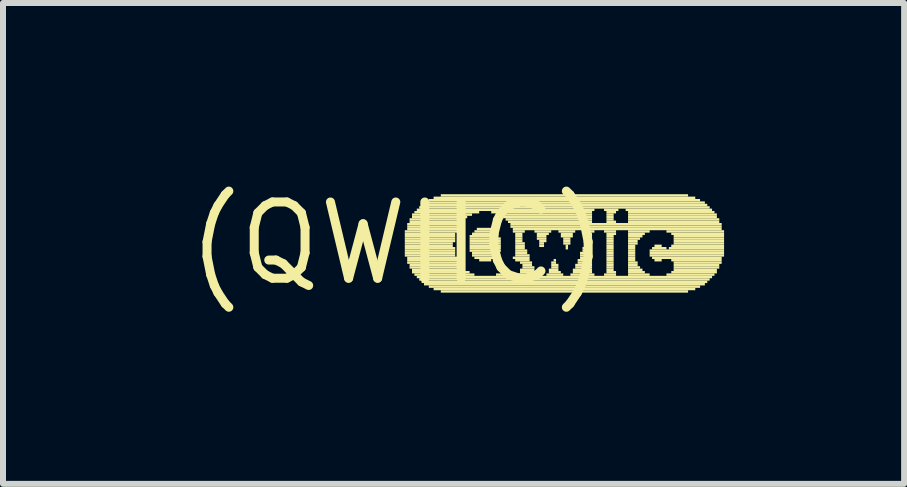
<source format=kicad_pcb>
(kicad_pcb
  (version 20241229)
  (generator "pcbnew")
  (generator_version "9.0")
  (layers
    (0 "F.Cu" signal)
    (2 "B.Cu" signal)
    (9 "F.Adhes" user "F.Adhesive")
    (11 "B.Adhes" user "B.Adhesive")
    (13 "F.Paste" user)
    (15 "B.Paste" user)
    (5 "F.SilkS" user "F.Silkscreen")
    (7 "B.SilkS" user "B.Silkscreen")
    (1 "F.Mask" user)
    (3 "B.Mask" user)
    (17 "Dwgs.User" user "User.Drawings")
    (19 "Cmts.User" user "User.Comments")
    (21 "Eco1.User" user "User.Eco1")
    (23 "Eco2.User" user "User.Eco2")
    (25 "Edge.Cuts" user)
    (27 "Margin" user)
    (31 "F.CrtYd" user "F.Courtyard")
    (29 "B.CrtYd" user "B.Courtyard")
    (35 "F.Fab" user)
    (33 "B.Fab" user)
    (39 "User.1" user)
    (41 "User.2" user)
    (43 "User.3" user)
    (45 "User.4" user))
  (footprint "(QWIIC)"
    (layer "F.Cu")
    (at 3.575 1.006)
    (property "Reference" "(QWIIC)" (at 0 0 0) (layer "F.SilkS") (effects (font (size 1.27 1.27) (thickness 0.15))))
    (attr through_hole)
    (fp_poly (pts (xy 0.12 -0.18) (xy 1 -0.18) (xy 1 -0.22) (xy 0.12 -0.22)) (stroke (width 0) (type solid)) (fill yes) (layer "F.SilkS"))
    (fp_poly (pts (xy 0.12 -0.14) (xy 0.96 -0.14) (xy 0.96 -0.18) (xy 0.12 -0.18)) (stroke (width 0) (type solid)) (fill yes) (layer "F.SilkS"))
    (fp_poly (pts (xy 0.12 -0.1) (xy 0.96 -0.1) (xy 0.96 -0.14) (xy 0.12 -0.14)) (stroke (width 0) (type solid)) (fill yes) (layer "F.SilkS"))
    (fp_poly (pts (xy 0.12 -0.06) (xy 0.96 -0.06) (xy 0.96 -0.1) (xy 0.12 -0.1)) (stroke (width 0) (type solid)) (fill yes) (layer "F.SilkS"))
    (fp_poly (pts (xy 0.12 -0.02) (xy 0.96 -0.02) (xy 0.96 -0.06) (xy 0.12 -0.06)) (stroke (width 0) (type solid)) (fill yes) (layer "F.SilkS"))
    (fp_poly (pts (xy 0.12 0.02) (xy 0.92 0.02) (xy 0.92 -0.02) (xy 0.12 -0.02)) (stroke (width 0) (type solid)) (fill yes) (layer "F.SilkS"))
    (fp_poly (pts (xy 0.12 0.06) (xy 0.92 0.06) (xy 0.92 0.02) (xy 0.12 0.02)) (stroke (width 0) (type solid)) (fill yes) (layer "F.SilkS"))
    (fp_poly (pts (xy 0.12 0.1) (xy 0.96 0.1) (xy 0.96 0.06) (xy 0.12 0.06)) (stroke (width 0) (type solid)) (fill yes) (layer "F.SilkS"))
    (fp_poly (pts (xy 0.12 0.14) (xy 0.96 0.14) (xy 0.96 0.1) (xy 0.12 0.1)) (stroke (width 0) (type solid)) (fill yes) (layer "F.SilkS"))
    (fp_poly (pts (xy 0.12 0.18) (xy 0.96 0.18) (xy 0.96 0.14) (xy 0.12 0.14)) (stroke (width 0) (type solid)) (fill yes) (layer "F.SilkS"))
    (fp_poly (pts (xy 0.12 0.22) (xy 0.96 0.22) (xy 0.96 0.18) (xy 0.12 0.18)) (stroke (width 0) (type solid)) (fill yes) (layer "F.SilkS"))
    (fp_poly (pts (xy 0.16 -0.3) (xy 1.04 -0.3) (xy 1.04 -0.34) (xy 0.16 -0.34)) (stroke (width 0) (type solid)) (fill yes) (layer "F.SilkS"))
    (fp_poly (pts (xy 0.16 -0.26) (xy 1.04 -0.26) (xy 1.04 -0.3) (xy 0.16 -0.3)) (stroke (width 0) (type solid)) (fill yes) (layer "F.SilkS"))
    (fp_poly (pts (xy 0.16 -0.22) (xy 1 -0.22) (xy 1 -0.26) (xy 0.16 -0.26)) (stroke (width 0) (type solid)) (fill yes) (layer "F.SilkS"))
    (fp_poly (pts (xy 0.16 0.26) (xy 1 0.26) (xy 1 0.22) (xy 0.16 0.22)) (stroke (width 0) (type solid)) (fill yes) (layer "F.SilkS"))
    (fp_poly (pts (xy 0.16 0.3) (xy 1 0.3) (xy 1 0.26) (xy 0.16 0.26)) (stroke (width 0) (type solid)) (fill yes) (layer "F.SilkS"))
    (fp_poly (pts (xy 0.16 0.34) (xy 1.04 0.34) (xy 1.04 0.3) (xy 0.16 0.3)) (stroke (width 0) (type solid)) (fill yes) (layer "F.SilkS"))
    (fp_poly (pts (xy 0.2 -0.38) (xy 1.12 -0.38) (xy 1.12 -0.42) (xy 0.2 -0.42)) (stroke (width 0) (type solid)) (fill yes) (layer "F.SilkS"))
    (fp_poly (pts (xy 0.2 -0.34) (xy 1.08 -0.34) (xy 1.08 -0.38) (xy 0.2 -0.38)) (stroke (width 0) (type solid)) (fill yes) (layer "F.SilkS"))
    (fp_poly (pts (xy 0.2 0.38) (xy 1.04 0.38) (xy 1.04 0.34) (xy 0.2 0.34)) (stroke (width 0) (type solid)) (fill yes) (layer "F.SilkS"))
    (fp_poly (pts (xy 0.2 0.42) (xy 1.08 0.42) (xy 1.08 0.38) (xy 0.2 0.38)) (stroke (width 0) (type solid)) (fill yes) (layer "F.SilkS"))
    (fp_poly (pts (xy 0.24 -0.46) (xy 1.24 -0.46) (xy 1.24 -0.5) (xy 0.24 -0.5)) (stroke (width 0) (type solid)) (fill yes) (layer "F.SilkS"))
    (fp_poly (pts (xy 0.24 -0.42) (xy 1.16 -0.42) (xy 1.16 -0.46) (xy 0.24 -0.46)) (stroke (width 0) (type solid)) (fill yes) (layer "F.SilkS"))
    (fp_poly (pts (xy 0.24 0.46) (xy 1.12 0.46) (xy 1.12 0.42) (xy 0.24 0.42)) (stroke (width 0) (type solid)) (fill yes) (layer "F.SilkS"))
    (fp_poly (pts (xy 0.24 0.5) (xy 1.2 0.5) (xy 1.2 0.46) (xy 0.24 0.46)) (stroke (width 0) (type solid)) (fill yes) (layer "F.SilkS"))
    (fp_poly (pts (xy 0.28 -0.5) (xy 1.36 -0.5) (xy 1.36 -0.54) (xy 0.28 -0.54)) (stroke (width 0) (type solid)) (fill yes) (layer "F.SilkS"))
    (fp_poly (pts (xy 0.28 0.54) (xy 1.28 0.54) (xy 1.28 0.5) (xy 0.28 0.5)) (stroke (width 0) (type solid)) (fill yes) (layer "F.SilkS"))
    (fp_poly (pts (xy 0.32 -0.54) (xy 3.28 -0.54) (xy 3.28 -0.58) (xy 0.32 -0.58)) (stroke (width 0) (type solid)) (fill yes) (layer "F.SilkS"))
    (fp_poly (pts (xy 0.32 0.58) (xy 5.24 0.58) (xy 5.24 0.54) (xy 0.32 0.54)) (stroke (width 0) (type solid)) (fill yes) (layer "F.SilkS"))
    (fp_poly (pts (xy 0.36 -0.58) (xy 5.2 -0.58) (xy 5.2 -0.62) (xy 0.36 -0.62)) (stroke (width 0) (type solid)) (fill yes) (layer "F.SilkS"))
    (fp_poly (pts (xy 0.36 0.62) (xy 5.2 0.62) (xy 5.2 0.58) (xy 0.36 0.58)) (stroke (width 0) (type solid)) (fill yes) (layer "F.SilkS"))
    (fp_poly (pts (xy 0.4 -0.62) (xy 5.16 -0.62) (xy 5.16 -0.66) (xy 0.4 -0.66)) (stroke (width 0) (type solid)) (fill yes) (layer "F.SilkS"))
    (fp_poly (pts (xy 0.4 0.66) (xy 5.16 0.66) (xy 5.16 0.62) (xy 0.4 0.62)) (stroke (width 0) (type solid)) (fill yes) (layer "F.SilkS"))
    (fp_poly (pts (xy 0.44 -0.66) (xy 5.12 -0.66) (xy 5.12 -0.7) (xy 0.44 -0.7)) (stroke (width 0) (type solid)) (fill yes) (layer "F.SilkS"))
    (fp_poly (pts (xy 0.44 0.7) (xy 5.12 0.7) (xy 5.12 0.66) (xy 0.44 0.66)) (stroke (width 0) (type solid)) (fill yes) (layer "F.SilkS"))
    (fp_poly (pts (xy 0.52 -0.7) (xy 5.04 -0.7) (xy 5.04 -0.74) (xy 0.52 -0.74)) (stroke (width 0) (type solid)) (fill yes) (layer "F.SilkS"))
    (fp_poly (pts (xy 0.52 0.74) (xy 5.04 0.74) (xy 5.04 0.7) (xy 0.52 0.7)) (stroke (width 0) (type solid)) (fill yes) (layer "F.SilkS"))
    (fp_poly (pts (xy 0.6 -0.74) (xy 4.96 -0.74) (xy 4.96 -0.78) (xy 0.6 -0.78)) (stroke (width 0) (type solid)) (fill yes) (layer "F.SilkS"))
    (fp_poly (pts (xy 0.6 0.78) (xy 4.96 0.78) (xy 4.96 0.74) (xy 0.6 0.74)) (stroke (width 0) (type solid)) (fill yes) (layer "F.SilkS"))
    (fp_poly (pts (xy 0.72 -0.78) (xy 4.84 -0.78) (xy 4.84 -0.82) (xy 0.72 -0.82)) (stroke (width 0) (type solid)) (fill yes) (layer "F.SilkS"))
    (fp_poly (pts (xy 0.72 0.82) (xy 4.84 0.82) (xy 4.84 0.78) (xy 0.72 0.78)) (stroke (width 0) (type solid)) (fill yes) (layer "F.SilkS"))
    (fp_poly (pts (xy 1.2 -0.1) (xy 1.68 -0.1) (xy 1.68 -0.14) (xy 1.2 -0.14)) (stroke (width 0) (type solid)) (fill yes) (layer "F.SilkS"))
    (fp_poly (pts (xy 1.2 -0.06) (xy 1.72 -0.06) (xy 1.72 -0.1) (xy 1.2 -0.1)) (stroke (width 0) (type solid)) (fill yes) (layer "F.SilkS"))
    (fp_poly (pts (xy 1.2 -0.02) (xy 1.72 -0.02) (xy 1.72 -0.06) (xy 1.2 -0.06)) (stroke (width 0) (type solid)) (fill yes) (layer "F.SilkS"))
    (fp_poly (pts (xy 1.2 0.02) (xy 1.72 0.02) (xy 1.72 -0.02) (xy 1.2 -0.02)) (stroke (width 0) (type solid)) (fill yes) (layer "F.SilkS"))
    (fp_poly (pts (xy 1.2 0.06) (xy 1.72 0.06) (xy 1.72 0.02) (xy 1.2 0.02)) (stroke (width 0) (type solid)) (fill yes) (layer "F.SilkS"))
    (fp_poly (pts (xy 1.2 0.1) (xy 1.72 0.1) (xy 1.72 0.06) (xy 1.2 0.06)) (stroke (width 0) (type solid)) (fill yes) (layer "F.SilkS"))
    (fp_poly (pts (xy 1.2 0.14) (xy 1.72 0.14) (xy 1.72 0.1) (xy 1.2 0.1)) (stroke (width 0) (type solid)) (fill yes) (layer "F.SilkS"))
    (fp_poly (pts (xy 1.24 -0.14) (xy 1.68 -0.14) (xy 1.68 -0.18) (xy 1.24 -0.18)) (stroke (width 0) (type solid)) (fill yes) (layer "F.SilkS"))
    (fp_poly (pts (xy 1.24 0.18) (xy 1.68 0.18) (xy 1.68 0.14) (xy 1.24 0.14)) (stroke (width 0) (type solid)) (fill yes) (layer "F.SilkS"))
    (fp_poly (pts (xy 1.24 0.22) (xy 1.68 0.22) (xy 1.68 0.18) (xy 1.24 0.18)) (stroke (width 0) (type solid)) (fill yes) (layer "F.SilkS"))
    (fp_poly (pts (xy 1.28 -0.18) (xy 1.64 -0.18) (xy 1.64 -0.22) (xy 1.28 -0.22)) (stroke (width 0) (type solid)) (fill yes) (layer "F.SilkS"))
    (fp_poly (pts (xy 1.28 0.26) (xy 1.64 0.26) (xy 1.64 0.22) (xy 1.28 0.22)) (stroke (width 0) (type solid)) (fill yes) (layer "F.SilkS"))
    (fp_poly (pts (xy 1.32 -0.22) (xy 1.6 -0.22) (xy 1.6 -0.26) (xy 1.32 -0.26)) (stroke (width 0) (type solid)) (fill yes) (layer "F.SilkS"))
    (fp_poly (pts (xy 1.36 0.3) (xy 1.56 0.3) (xy 1.56 0.26) (xy 1.36 0.26)) (stroke (width 0) (type solid)) (fill yes) (layer "F.SilkS"))
    (fp_poly (pts (xy 1.56 -0.5) (xy 3.24 -0.5) (xy 3.24 -0.54) (xy 1.56 -0.54)) (stroke (width 0) (type solid)) (fill yes) (layer "F.SilkS"))
    (fp_poly (pts (xy 1.64 0.54) (xy 1.88 0.54) (xy 1.88 0.5) (xy 1.64 0.5)) (stroke (width 0) (type solid)) (fill yes) (layer "F.SilkS"))
    (fp_poly (pts (xy 1.68 -0.46) (xy 3.24 -0.46) (xy 3.24 -0.5) (xy 1.68 -0.5)) (stroke (width 0) (type solid)) (fill yes) (layer "F.SilkS"))
    (fp_poly (pts (xy 1.72 0.5) (xy 1.8 0.5) (xy 1.8 0.46) (xy 1.72 0.46)) (stroke (width 0) (type solid)) (fill yes) (layer "F.SilkS"))
    (fp_poly (pts (xy 1.76 -0.42) (xy 3.24 -0.42) (xy 3.24 -0.46) (xy 1.76 -0.46)) (stroke (width 0) (type solid)) (fill yes) (layer "F.SilkS"))
    (fp_poly (pts (xy 1.8 -0.38) (xy 3.24 -0.38) (xy 3.24 -0.42) (xy 1.8 -0.42)) (stroke (width 0) (type solid)) (fill yes) (layer "F.SilkS"))
    (fp_poly (pts (xy 1.84 -0.34) (xy 3.24 -0.34) (xy 3.24 -0.38) (xy 1.84 -0.38)) (stroke (width 0) (type solid)) (fill yes) (layer "F.SilkS"))
    (fp_poly (pts (xy 1.88 -0.3) (xy 5.4 -0.3) (xy 5.4 -0.34) (xy 1.88 -0.34)) (stroke (width 0) (type solid)) (fill yes) (layer "F.SilkS"))
    (fp_poly (pts (xy 1.88 -0.26) (xy 5.4 -0.26) (xy 5.4 -0.3) (xy 1.88 -0.3)) (stroke (width 0) (type solid)) (fill yes) (layer "F.SilkS"))
    (fp_poly (pts (xy 1.92 -0.22) (xy 5.4 -0.22) (xy 5.4 -0.26) (xy 1.92 -0.26)) (stroke (width 0) (type solid)) (fill yes) (layer "F.SilkS"))
    (fp_poly (pts (xy 1.92 -0.18) (xy 2.12 -0.18) (xy 2.12 -0.22) (xy 1.92 -0.22)) (stroke (width 0) (type solid)) (fill yes) (layer "F.SilkS"))
    (fp_poly (pts (xy 1.92 0.26) (xy 2.2 0.26) (xy 2.2 0.22) (xy 1.92 0.22)) (stroke (width 0) (type solid)) (fill yes) (layer "F.SilkS"))
    (fp_poly (pts (xy 1.96 -0.14) (xy 2.08 -0.14) (xy 2.08 -0.18) (xy 1.96 -0.18)) (stroke (width 0) (type solid)) (fill yes) (layer "F.SilkS"))
    (fp_poly (pts (xy 1.96 -0.1) (xy 2.08 -0.1) (xy 2.08 -0.14) (xy 1.96 -0.14)) (stroke (width 0) (type solid)) (fill yes) (layer "F.SilkS"))
    (fp_poly (pts (xy 1.96 -0.06) (xy 2.08 -0.06) (xy 2.08 -0.1) (xy 1.96 -0.1)) (stroke (width 0) (type solid)) (fill yes) (layer "F.SilkS"))
    (fp_poly (pts (xy 1.96 -0.02) (xy 2.08 -0.02) (xy 2.08 -0.06) (xy 1.96 -0.06)) (stroke (width 0) (type solid)) (fill yes) (layer "F.SilkS"))
    (fp_poly (pts (xy 1.96 0.02) (xy 2.12 0.02) (xy 2.12 -0.02) (xy 1.96 -0.02)) (stroke (width 0) (type solid)) (fill yes) (layer "F.SilkS"))
    (fp_poly (pts (xy 1.96 0.06) (xy 2.12 0.06) (xy 2.12 0.02) (xy 1.96 0.02)) (stroke (width 0) (type solid)) (fill yes) (layer "F.SilkS"))
    (fp_poly (pts (xy 1.96 0.1) (xy 2.12 0.1) (xy 2.12 0.06) (xy 1.96 0.06)) (stroke (width 0) (type solid)) (fill yes) (layer "F.SilkS"))
    (fp_poly (pts (xy 1.96 0.14) (xy 2.16 0.14) (xy 2.16 0.1) (xy 1.96 0.1)) (stroke (width 0) (type solid)) (fill yes) (layer "F.SilkS"))
    (fp_poly (pts (xy 1.96 0.18) (xy 2.16 0.18) (xy 2.16 0.14) (xy 1.96 0.14)) (stroke (width 0) (type solid)) (fill yes) (layer "F.SilkS"))
    (fp_poly (pts (xy 1.96 0.22) (xy 2.2 0.22) (xy 2.2 0.18) (xy 1.96 0.18)) (stroke (width 0) (type solid)) (fill yes) (layer "F.SilkS"))
    (fp_poly (pts (xy 1.96 0.3) (xy 2.2 0.3) (xy 2.2 0.26) (xy 1.96 0.26)) (stroke (width 0) (type solid)) (fill yes) (layer "F.SilkS"))
    (fp_poly (pts (xy 2 0.54) (xy 2.32 0.54) (xy 2.32 0.5) (xy 2 0.5)) (stroke (width 0) (type solid)) (fill yes) (layer "F.SilkS"))
    (fp_poly (pts (xy 2.04 0.34) (xy 2.24 0.34) (xy 2.24 0.3) (xy 2.04 0.3)) (stroke (width 0) (type solid)) (fill yes) (layer "F.SilkS"))
    (fp_poly (pts (xy 2.04 0.46) (xy 2.28 0.46) (xy 2.28 0.42) (xy 2.04 0.42)) (stroke (width 0) (type solid)) (fill yes) (layer "F.SilkS"))
    (fp_poly (pts (xy 2.04 0.5) (xy 2.32 0.5) (xy 2.32 0.46) (xy 2.04 0.46)) (stroke (width 0) (type solid)) (fill yes) (layer "F.SilkS"))
    (fp_poly (pts (xy 2.08 0.38) (xy 2.24 0.38) (xy 2.24 0.34) (xy 2.08 0.34)) (stroke (width 0) (type solid)) (fill yes) (layer "F.SilkS"))
    (fp_poly (pts (xy 2.08 0.42) (xy 2.28 0.42) (xy 2.28 0.38) (xy 2.08 0.38)) (stroke (width 0) (type solid)) (fill yes) (layer "F.SilkS"))
    (fp_poly (pts (xy 2.28 -0.18) (xy 2.56 -0.18) (xy 2.56 -0.22) (xy 2.28 -0.22)) (stroke (width 0) (type solid)) (fill yes) (layer "F.SilkS"))
    (fp_poly (pts (xy 2.32 -0.14) (xy 2.52 -0.14) (xy 2.52 -0.18) (xy 2.32 -0.18)) (stroke (width 0) (type solid)) (fill yes) (layer "F.SilkS"))
    (fp_poly (pts (xy 2.32 -0.1) (xy 2.48 -0.1) (xy 2.48 -0.14) (xy 2.32 -0.14)) (stroke (width 0) (type solid)) (fill yes) (layer "F.SilkS"))
    (fp_poly (pts (xy 2.32 -0.06) (xy 2.48 -0.06) (xy 2.48 -0.1) (xy 2.32 -0.1)) (stroke (width 0) (type solid)) (fill yes) (layer "F.SilkS"))
    (fp_poly (pts (xy 2.36 -0.02) (xy 2.48 -0.02) (xy 2.48 -0.06) (xy 2.36 -0.06)) (stroke (width 0) (type solid)) (fill yes) (layer "F.SilkS"))
    (fp_poly (pts (xy 2.36 0.02) (xy 2.44 0.02) (xy 2.44 -0.02) (xy 2.36 -0.02)) (stroke (width 0) (type solid)) (fill yes) (layer "F.SilkS"))
    (fp_poly (pts (xy 2.36 0.06) (xy 2.44 0.06) (xy 2.44 0.02) (xy 2.36 0.02)) (stroke (width 0) (type solid)) (fill yes) (layer "F.SilkS"))
    (fp_poly (pts (xy 2.48 0.54) (xy 2.76 0.54) (xy 2.76 0.5) (xy 2.48 0.5)) (stroke (width 0) (type solid)) (fill yes) (layer "F.SilkS"))
    (fp_poly (pts (xy 2.52 0.46) (xy 2.68 0.46) (xy 2.68 0.42) (xy 2.52 0.42)) (stroke (width 0) (type solid)) (fill yes) (layer "F.SilkS"))
    (fp_poly (pts (xy 2.52 0.5) (xy 2.72 0.5) (xy 2.72 0.46) (xy 2.52 0.46)) (stroke (width 0) (type solid)) (fill yes) (layer "F.SilkS"))
    (fp_poly (pts (xy 2.56 0.34) (xy 2.64 0.34) (xy 2.64 0.3) (xy 2.56 0.3)) (stroke (width 0) (type solid)) (fill yes) (layer "F.SilkS"))
    (fp_poly (pts (xy 2.56 0.38) (xy 2.68 0.38) (xy 2.68 0.34) (xy 2.56 0.34)) (stroke (width 0) (type solid)) (fill yes) (layer "F.SilkS"))
    (fp_poly (pts (xy 2.56 0.42) (xy 2.68 0.42) (xy 2.68 0.38) (xy 2.56 0.38)) (stroke (width 0) (type solid)) (fill yes) (layer "F.SilkS"))
    (fp_poly (pts (xy 2.6 0.3) (xy 2.64 0.3) (xy 2.64 0.26) (xy 2.6 0.26)) (stroke (width 0) (type solid)) (fill yes) (layer "F.SilkS"))
    (fp_poly (pts (xy 2.68 -0.18) (xy 2.96 -0.18) (xy 2.96 -0.22) (xy 2.68 -0.22)) (stroke (width 0) (type solid)) (fill yes) (layer "F.SilkS"))
    (fp_poly (pts (xy 2.72 -0.14) (xy 2.92 -0.14) (xy 2.92 -0.18) (xy 2.72 -0.18)) (stroke (width 0) (type solid)) (fill yes) (layer "F.SilkS"))
    (fp_poly (pts (xy 2.72 -0.1) (xy 2.92 -0.1) (xy 2.92 -0.14) (xy 2.72 -0.14)) (stroke (width 0) (type solid)) (fill yes) (layer "F.SilkS"))
    (fp_poly (pts (xy 2.76 -0.06) (xy 2.88 -0.06) (xy 2.88 -0.1) (xy 2.76 -0.1)) (stroke (width 0) (type solid)) (fill yes) (layer "F.SilkS"))
    (fp_poly (pts (xy 2.76 -0.02) (xy 2.88 -0.02) (xy 2.88 -0.06) (xy 2.76 -0.06)) (stroke (width 0) (type solid)) (fill yes) (layer "F.SilkS"))
    (fp_poly (pts (xy 2.76 0.02) (xy 2.88 0.02) (xy 2.88 -0.02) (xy 2.76 -0.02)) (stroke (width 0) (type solid)) (fill yes) (layer "F.SilkS"))
    (fp_poly (pts (xy 2.8 0.06) (xy 2.84 0.06) (xy 2.84 0.02) (xy 2.8 0.02)) (stroke (width 0) (type solid)) (fill yes) (layer "F.SilkS"))
    (fp_poly (pts (xy 2.8 0.1) (xy 2.84 0.1) (xy 2.84 0.06) (xy 2.8 0.06)) (stroke (width 0) (type solid)) (fill yes) (layer "F.SilkS"))
    (fp_poly (pts (xy 2.88 0.54) (xy 3.28 0.54) (xy 3.28 0.5) (xy 2.88 0.5)) (stroke (width 0) (type solid)) (fill yes) (layer "F.SilkS"))
    (fp_poly (pts (xy 2.92 0.46) (xy 3.24 0.46) (xy 3.24 0.42) (xy 2.92 0.42)) (stroke (width 0) (type solid)) (fill yes) (layer "F.SilkS"))
    (fp_poly (pts (xy 2.92 0.5) (xy 3.24 0.5) (xy 3.24 0.46) (xy 2.92 0.46)) (stroke (width 0) (type solid)) (fill yes) (layer "F.SilkS"))
    (fp_poly (pts (xy 2.96 0.38) (xy 3.24 0.38) (xy 3.24 0.34) (xy 2.96 0.34)) (stroke (width 0) (type solid)) (fill yes) (layer "F.SilkS"))
    (fp_poly (pts (xy 2.96 0.42) (xy 3.24 0.42) (xy 3.24 0.38) (xy 2.96 0.38)) (stroke (width 0) (type solid)) (fill yes) (layer "F.SilkS"))
    (fp_poly (pts (xy 3 0.3) (xy 3.24 0.3) (xy 3.24 0.26) (xy 3 0.26)) (stroke (width 0) (type solid)) (fill yes) (layer "F.SilkS"))
    (fp_poly (pts (xy 3 0.34) (xy 3.24 0.34) (xy 3.24 0.3) (xy 3 0.3)) (stroke (width 0) (type solid)) (fill yes) (layer "F.SilkS"))
    (fp_poly (pts (xy 3.04 0.18) (xy 3.24 0.18) (xy 3.24 0.14) (xy 3.04 0.14)) (stroke (width 0) (type solid)) (fill yes) (layer "F.SilkS"))
    (fp_poly (pts (xy 3.04 0.22) (xy 3.24 0.22) (xy 3.24 0.18) (xy 3.04 0.18)) (stroke (width 0) (type solid)) (fill yes) (layer "F.SilkS"))
    (fp_poly (pts (xy 3.04 0.26) (xy 3.24 0.26) (xy 3.24 0.22) (xy 3.04 0.22)) (stroke (width 0) (type solid)) (fill yes) (layer "F.SilkS"))
    (fp_poly (pts (xy 3.08 -0.18) (xy 3.28 -0.18) (xy 3.28 -0.22) (xy 3.08 -0.22)) (stroke (width 0) (type solid)) (fill yes) (layer "F.SilkS"))
    (fp_poly (pts (xy 3.08 0.1) (xy 3.24 0.1) (xy 3.24 0.06) (xy 3.08 0.06)) (stroke (width 0) (type solid)) (fill yes) (layer "F.SilkS"))
    (fp_poly (pts (xy 3.08 0.14) (xy 3.24 0.14) (xy 3.24 0.1) (xy 3.08 0.1)) (stroke (width 0) (type solid)) (fill yes) (layer "F.SilkS"))
    (fp_poly (pts (xy 3.12 -0.02) (xy 3.24 -0.02) (xy 3.24 -0.06) (xy 3.12 -0.06)) (stroke (width 0) (type solid)) (fill yes) (layer "F.SilkS"))
    (fp_poly (pts (xy 3.12 0.02) (xy 3.24 0.02) (xy 3.24 -0.02) (xy 3.12 -0.02)) (stroke (width 0) (type solid)) (fill yes) (layer "F.SilkS"))
    (fp_poly (pts (xy 3.12 0.06) (xy 3.24 0.06) (xy 3.24 0.02) (xy 3.12 0.02)) (stroke (width 0) (type solid)) (fill yes) (layer "F.SilkS"))
    (fp_poly (pts (xy 3.16 -0.14) (xy 3.24 -0.14) (xy 3.24 -0.18) (xy 3.16 -0.18)) (stroke (width 0) (type solid)) (fill yes) (layer "F.SilkS"))
    (fp_poly (pts (xy 3.16 -0.1) (xy 3.24 -0.1) (xy 3.24 -0.14) (xy 3.16 -0.14)) (stroke (width 0) (type solid)) (fill yes) (layer "F.SilkS"))
    (fp_poly (pts (xy 3.16 -0.06) (xy 3.24 -0.06) (xy 3.24 -0.1) (xy 3.16 -0.1)) (stroke (width 0) (type solid)) (fill yes) (layer "F.SilkS"))
    (fp_poly (pts (xy 3.44 -0.54) (xy 3.68 -0.54) (xy 3.68 -0.58) (xy 3.44 -0.58)) (stroke (width 0) (type solid)) (fill yes) (layer "F.SilkS"))
    (fp_poly (pts (xy 3.44 -0.18) (xy 3.64 -0.18) (xy 3.64 -0.22) (xy 3.44 -0.22)) (stroke (width 0) (type solid)) (fill yes) (layer "F.SilkS"))
    (fp_poly (pts (xy 3.44 0.54) (xy 3.64 0.54) (xy 3.64 0.5) (xy 3.44 0.5)) (stroke (width 0) (type solid)) (fill yes) (layer "F.SilkS"))
    (fp_poly (pts (xy 3.48 -0.5) (xy 3.64 -0.5) (xy 3.64 -0.54) (xy 3.48 -0.54)) (stroke (width 0) (type solid)) (fill yes) (layer "F.SilkS"))
    (fp_poly (pts (xy 3.48 -0.46) (xy 3.6 -0.46) (xy 3.6 -0.5) (xy 3.48 -0.5)) (stroke (width 0) (type solid)) (fill yes) (layer "F.SilkS"))
    (fp_poly (pts (xy 3.48 -0.42) (xy 3.6 -0.42) (xy 3.6 -0.46) (xy 3.48 -0.46)) (stroke (width 0) (type solid)) (fill yes) (layer "F.SilkS"))
    (fp_poly (pts (xy 3.48 -0.38) (xy 3.6 -0.38) (xy 3.6 -0.42) (xy 3.48 -0.42)) (stroke (width 0) (type solid)) (fill yes) (layer "F.SilkS"))
    (fp_poly (pts (xy 3.48 -0.34) (xy 3.64 -0.34) (xy 3.64 -0.38) (xy 3.48 -0.38)) (stroke (width 0) (type solid)) (fill yes) (layer "F.SilkS"))
    (fp_poly (pts (xy 3.48 -0.14) (xy 3.64 -0.14) (xy 3.64 -0.18) (xy 3.48 -0.18)) (stroke (width 0) (type solid)) (fill yes) (layer "F.SilkS"))
    (fp_poly (pts (xy 3.48 -0.1) (xy 3.6 -0.1) (xy 3.6 -0.14) (xy 3.48 -0.14)) (stroke (width 0) (type solid)) (fill yes) (layer "F.SilkS"))
    (fp_poly (pts (xy 3.48 -0.06) (xy 3.6 -0.06) (xy 3.6 -0.1) (xy 3.48 -0.1)) (stroke (width 0) (type solid)) (fill yes) (layer "F.SilkS"))
    (fp_poly (pts (xy 3.48 -0.02) (xy 3.6 -0.02) (xy 3.6 -0.06) (xy 3.48 -0.06)) (stroke (width 0) (type solid)) (fill yes) (layer "F.SilkS"))
    (fp_poly (pts (xy 3.48 0.02) (xy 3.6 0.02) (xy 3.6 -0.02) (xy 3.48 -0.02)) (stroke (width 0) (type solid)) (fill yes) (layer "F.SilkS"))
    (fp_poly (pts (xy 3.48 0.06) (xy 3.6 0.06) (xy 3.6 0.02) (xy 3.48 0.02)) (stroke (width 0) (type solid)) (fill yes) (layer "F.SilkS"))
    (fp_poly (pts (xy 3.48 0.1) (xy 3.6 0.1) (xy 3.6 0.06) (xy 3.48 0.06)) (stroke (width 0) (type solid)) (fill yes) (layer "F.SilkS"))
    (fp_poly (pts (xy 3.48 0.14) (xy 3.6 0.14) (xy 3.6 0.1) (xy 3.48 0.1)) (stroke (width 0) (type solid)) (fill yes) (layer "F.SilkS"))
    (fp_poly (pts (xy 3.48 0.18) (xy 3.6 0.18) (xy 3.6 0.14) (xy 3.48 0.14)) (stroke (width 0) (type solid)) (fill yes) (layer "F.SilkS"))
    (fp_poly (pts (xy 3.48 0.22) (xy 3.6 0.22) (xy 3.6 0.18) (xy 3.48 0.18)) (stroke (width 0) (type solid)) (fill yes) (layer "F.SilkS"))
    (fp_poly (pts (xy 3.48 0.26) (xy 3.6 0.26) (xy 3.6 0.22) (xy 3.48 0.22)) (stroke (width 0) (type solid)) (fill yes) (layer "F.SilkS"))
    (fp_poly (pts (xy 3.48 0.3) (xy 3.6 0.3) (xy 3.6 0.26) (xy 3.48 0.26)) (stroke (width 0) (type solid)) (fill yes) (layer "F.SilkS"))
    (fp_poly (pts (xy 3.48 0.34) (xy 3.6 0.34) (xy 3.6 0.3) (xy 3.48 0.3)) (stroke (width 0) (type solid)) (fill yes) (layer "F.SilkS"))
    (fp_poly (pts (xy 3.48 0.38) (xy 3.6 0.38) (xy 3.6 0.34) (xy 3.48 0.34)) (stroke (width 0) (type solid)) (fill yes) (layer "F.SilkS"))
    (fp_poly (pts (xy 3.48 0.42) (xy 3.6 0.42) (xy 3.6 0.38) (xy 3.48 0.38)) (stroke (width 0) (type solid)) (fill yes) (layer "F.SilkS"))
    (fp_poly (pts (xy 3.48 0.46) (xy 3.6 0.46) (xy 3.6 0.42) (xy 3.48 0.42)) (stroke (width 0) (type solid)) (fill yes) (layer "F.SilkS"))
    (fp_poly (pts (xy 3.48 0.5) (xy 3.64 0.5) (xy 3.64 0.46) (xy 3.48 0.46)) (stroke (width 0) (type solid)) (fill yes) (layer "F.SilkS"))
    (fp_poly (pts (xy 3.8 -0.54) (xy 5.24 -0.54) (xy 5.24 -0.58) (xy 3.8 -0.58)) (stroke (width 0) (type solid)) (fill yes) (layer "F.SilkS"))
    (fp_poly (pts (xy 3.84 -0.5) (xy 5.28 -0.5) (xy 5.28 -0.54) (xy 3.84 -0.54)) (stroke (width 0) (type solid)) (fill yes) (layer "F.SilkS"))
    (fp_poly (pts (xy 3.84 -0.46) (xy 5.32 -0.46) (xy 5.32 -0.5) (xy 3.84 -0.5)) (stroke (width 0) (type solid)) (fill yes) (layer "F.SilkS"))
    (fp_poly (pts (xy 3.84 -0.42) (xy 5.32 -0.42) (xy 5.32 -0.46) (xy 3.84 -0.46)) (stroke (width 0) (type solid)) (fill yes) (layer "F.SilkS"))
    (fp_poly (pts (xy 3.84 -0.38) (xy 5.36 -0.38) (xy 5.36 -0.42) (xy 3.84 -0.42)) (stroke (width 0) (type solid)) (fill yes) (layer "F.SilkS"))
    (fp_poly (pts (xy 3.84 -0.34) (xy 5.36 -0.34) (xy 5.36 -0.38) (xy 3.84 -0.38)) (stroke (width 0) (type solid)) (fill yes) (layer "F.SilkS"))
    (fp_poly (pts (xy 3.84 -0.18) (xy 4.2 -0.18) (xy 4.2 -0.22) (xy 3.84 -0.22)) (stroke (width 0) (type solid)) (fill yes) (layer "F.SilkS"))
    (fp_poly (pts (xy 3.84 -0.14) (xy 4.12 -0.14) (xy 4.12 -0.18) (xy 3.84 -0.18)) (stroke (width 0) (type solid)) (fill yes) (layer "F.SilkS"))
    (fp_poly (pts (xy 3.84 -0.1) (xy 4.08 -0.1) (xy 4.08 -0.14) (xy 3.84 -0.14)) (stroke (width 0) (type solid)) (fill yes) (layer "F.SilkS"))
    (fp_poly (pts (xy 3.84 -0.06) (xy 4.04 -0.06) (xy 4.04 -0.1) (xy 3.84 -0.1)) (stroke (width 0) (type solid)) (fill yes) (layer "F.SilkS"))
    (fp_poly (pts (xy 3.84 -0.02) (xy 4 -0.02) (xy 4 -0.06) (xy 3.84 -0.06)) (stroke (width 0) (type solid)) (fill yes) (layer "F.SilkS"))
    (fp_poly (pts (xy 3.84 0.02) (xy 4 0.02) (xy 4 -0.02) (xy 3.84 -0.02)) (stroke (width 0) (type solid)) (fill yes) (layer "F.SilkS"))
    (fp_poly (pts (xy 3.84 0.06) (xy 3.96 0.06) (xy 3.96 0.02) (xy 3.84 0.02)) (stroke (width 0) (type solid)) (fill yes) (layer "F.SilkS"))
    (fp_poly (pts (xy 3.84 0.1) (xy 3.96 0.1) (xy 3.96 0.06) (xy 3.84 0.06)) (stroke (width 0) (type solid)) (fill yes) (layer "F.SilkS"))
    (fp_poly (pts (xy 3.84 0.14) (xy 3.96 0.14) (xy 3.96 0.1) (xy 3.84 0.1)) (stroke (width 0) (type solid)) (fill yes) (layer "F.SilkS"))
    (fp_poly (pts (xy 3.84 0.18) (xy 3.96 0.18) (xy 3.96 0.14) (xy 3.84 0.14)) (stroke (width 0) (type solid)) (fill yes) (layer "F.SilkS"))
    (fp_poly (pts (xy 3.84 0.22) (xy 3.96 0.22) (xy 3.96 0.18) (xy 3.84 0.18)) (stroke (width 0) (type solid)) (fill yes) (layer "F.SilkS"))
    (fp_poly (pts (xy 3.84 0.26) (xy 3.96 0.26) (xy 3.96 0.22) (xy 3.84 0.22)) (stroke (width 0) (type solid)) (fill yes) (layer "F.SilkS"))
    (fp_poly (pts (xy 3.84 0.3) (xy 3.96 0.3) (xy 3.96 0.26) (xy 3.84 0.26)) (stroke (width 0) (type solid)) (fill yes) (layer "F.SilkS"))
    (fp_poly (pts (xy 3.84 0.34) (xy 4 0.34) (xy 4 0.3) (xy 3.84 0.3)) (stroke (width 0) (type solid)) (fill yes) (layer "F.SilkS"))
    (fp_poly (pts (xy 3.84 0.38) (xy 4 0.38) (xy 4 0.34) (xy 3.84 0.34)) (stroke (width 0) (type solid)) (fill yes) (layer "F.SilkS"))
    (fp_poly (pts (xy 3.84 0.42) (xy 4.04 0.42) (xy 4.04 0.38) (xy 3.84 0.38)) (stroke (width 0) (type solid)) (fill yes) (layer "F.SilkS"))
    (fp_poly (pts (xy 3.84 0.46) (xy 4.08 0.46) (xy 4.08 0.42) (xy 3.84 0.42)) (stroke (width 0) (type solid)) (fill yes) (layer "F.SilkS"))
    (fp_poly (pts (xy 3.84 0.5) (xy 4.12 0.5) (xy 4.12 0.46) (xy 3.84 0.46)) (stroke (width 0) (type solid)) (fill yes) (layer "F.SilkS"))
    (fp_poly (pts (xy 3.84 0.54) (xy 4.2 0.54) (xy 4.2 0.5) (xy 3.84 0.5)) (stroke (width 0) (type solid)) (fill yes) (layer "F.SilkS"))
    (fp_poly (pts (xy 4.2 0.14) (xy 5.44 0.14) (xy 5.44 0.1) (xy 4.2 0.1)) (stroke (width 0) (type solid)) (fill yes) (layer "F.SilkS"))
    (fp_poly (pts (xy 4.2 0.18) (xy 5.44 0.18) (xy 5.44 0.14) (xy 4.2 0.14)) (stroke (width 0) (type solid)) (fill yes) (layer "F.SilkS"))
    (fp_poly (pts (xy 4.2 0.22) (xy 5.44 0.22) (xy 5.44 0.18) (xy 4.2 0.18)) (stroke (width 0) (type solid)) (fill yes) (layer "F.SilkS"))
    (fp_poly (pts (xy 4.24 0.1) (xy 4.48 0.1) (xy 4.48 0.06) (xy 4.24 0.06)) (stroke (width 0) (type solid)) (fill yes) (layer "F.SilkS"))
    (fp_poly (pts (xy 4.24 0.26) (xy 5.4 0.26) (xy 5.4 0.22) (xy 4.24 0.22)) (stroke (width 0) (type solid)) (fill yes) (layer "F.SilkS"))
    (fp_poly (pts (xy 4.28 0.06) (xy 4.4 0.06) (xy 4.4 0.02) (xy 4.28 0.02)) (stroke (width 0) (type solid)) (fill yes) (layer "F.SilkS"))
    (fp_poly (pts (xy 4.28 0.3) (xy 4.4 0.3) (xy 4.4 0.26) (xy 4.28 0.26)) (stroke (width 0) (type solid)) (fill yes) (layer "F.SilkS"))
    (fp_poly (pts (xy 4.48 -0.18) (xy 5.44 -0.18) (xy 5.44 -0.22) (xy 4.48 -0.22)) (stroke (width 0) (type solid)) (fill yes) (layer "F.SilkS"))
    (fp_poly (pts (xy 4.48 0.54) (xy 5.28 0.54) (xy 5.28 0.5) (xy 4.48 0.5)) (stroke (width 0) (type solid)) (fill yes) (layer "F.SilkS"))
    (fp_poly (pts (xy 4.52 0.1) (xy 5.44 0.1) (xy 5.44 0.06) (xy 4.52 0.06)) (stroke (width 0) (type solid)) (fill yes) (layer "F.SilkS"))
    (fp_poly (pts (xy 4.56 -0.14) (xy 5.44 -0.14) (xy 5.44 -0.18) (xy 4.56 -0.18)) (stroke (width 0) (type solid)) (fill yes) (layer "F.SilkS"))
    (fp_poly (pts (xy 4.56 0.06) (xy 5.44 0.06) (xy 5.44 0.02) (xy 4.56 0.02)) (stroke (width 0) (type solid)) (fill yes) (layer "F.SilkS"))
    (fp_poly (pts (xy 4.56 0.3) (xy 5.4 0.3) (xy 5.4 0.26) (xy 4.56 0.26)) (stroke (width 0) (type solid)) (fill yes) (layer "F.SilkS"))
    (fp_poly (pts (xy 4.56 0.5) (xy 5.32 0.5) (xy 5.32 0.46) (xy 4.56 0.46)) (stroke (width 0) (type solid)) (fill yes) (layer "F.SilkS"))
    (fp_poly (pts (xy 4.6 -0.1) (xy 5.44 -0.1) (xy 5.44 -0.14) (xy 4.6 -0.14)) (stroke (width 0) (type solid)) (fill yes) (layer "F.SilkS"))
    (fp_poly (pts (xy 4.6 -0.06) (xy 5.44 -0.06) (xy 5.44 -0.1) (xy 4.6 -0.1)) (stroke (width 0) (type solid)) (fill yes) (layer "F.SilkS"))
    (fp_poly (pts (xy 4.6 -0.02) (xy 5.44 -0.02) (xy 5.44 -0.06) (xy 4.6 -0.06)) (stroke (width 0) (type solid)) (fill yes) (layer "F.SilkS"))
    (fp_poly (pts (xy 4.6 0.02) (xy 5.44 0.02) (xy 5.44 -0.02) (xy 4.6 -0.02)) (stroke (width 0) (type solid)) (fill yes) (layer "F.SilkS"))
    (fp_poly (pts (xy 4.6 0.34) (xy 5.4 0.34) (xy 5.4 0.3) (xy 4.6 0.3)) (stroke (width 0) (type solid)) (fill yes) (layer "F.SilkS"))
    (fp_poly (pts (xy 4.6 0.38) (xy 5.36 0.38) (xy 5.36 0.34) (xy 4.6 0.34)) (stroke (width 0) (type solid)) (fill yes) (layer "F.SilkS"))
    (fp_poly (pts (xy 4.6 0.42) (xy 5.36 0.42) (xy 5.36 0.38) (xy 4.6 0.38)) (stroke (width 0) (type solid)) (fill yes) (layer "F.SilkS"))
    (fp_poly (pts (xy 4.6 0.46) (xy 5.32 0.46) (xy 5.32 0.42) (xy 4.6 0.42)) (stroke (width 0) (type solid)) (fill yes) (layer "F.SilkS")))
  (gr_rect
    (start -3 -3)
    (end 12.015 5.012)
    (stroke (width 0.1) (type default))
    (fill no)
    (layer "Edge.Cuts")))
</source>
